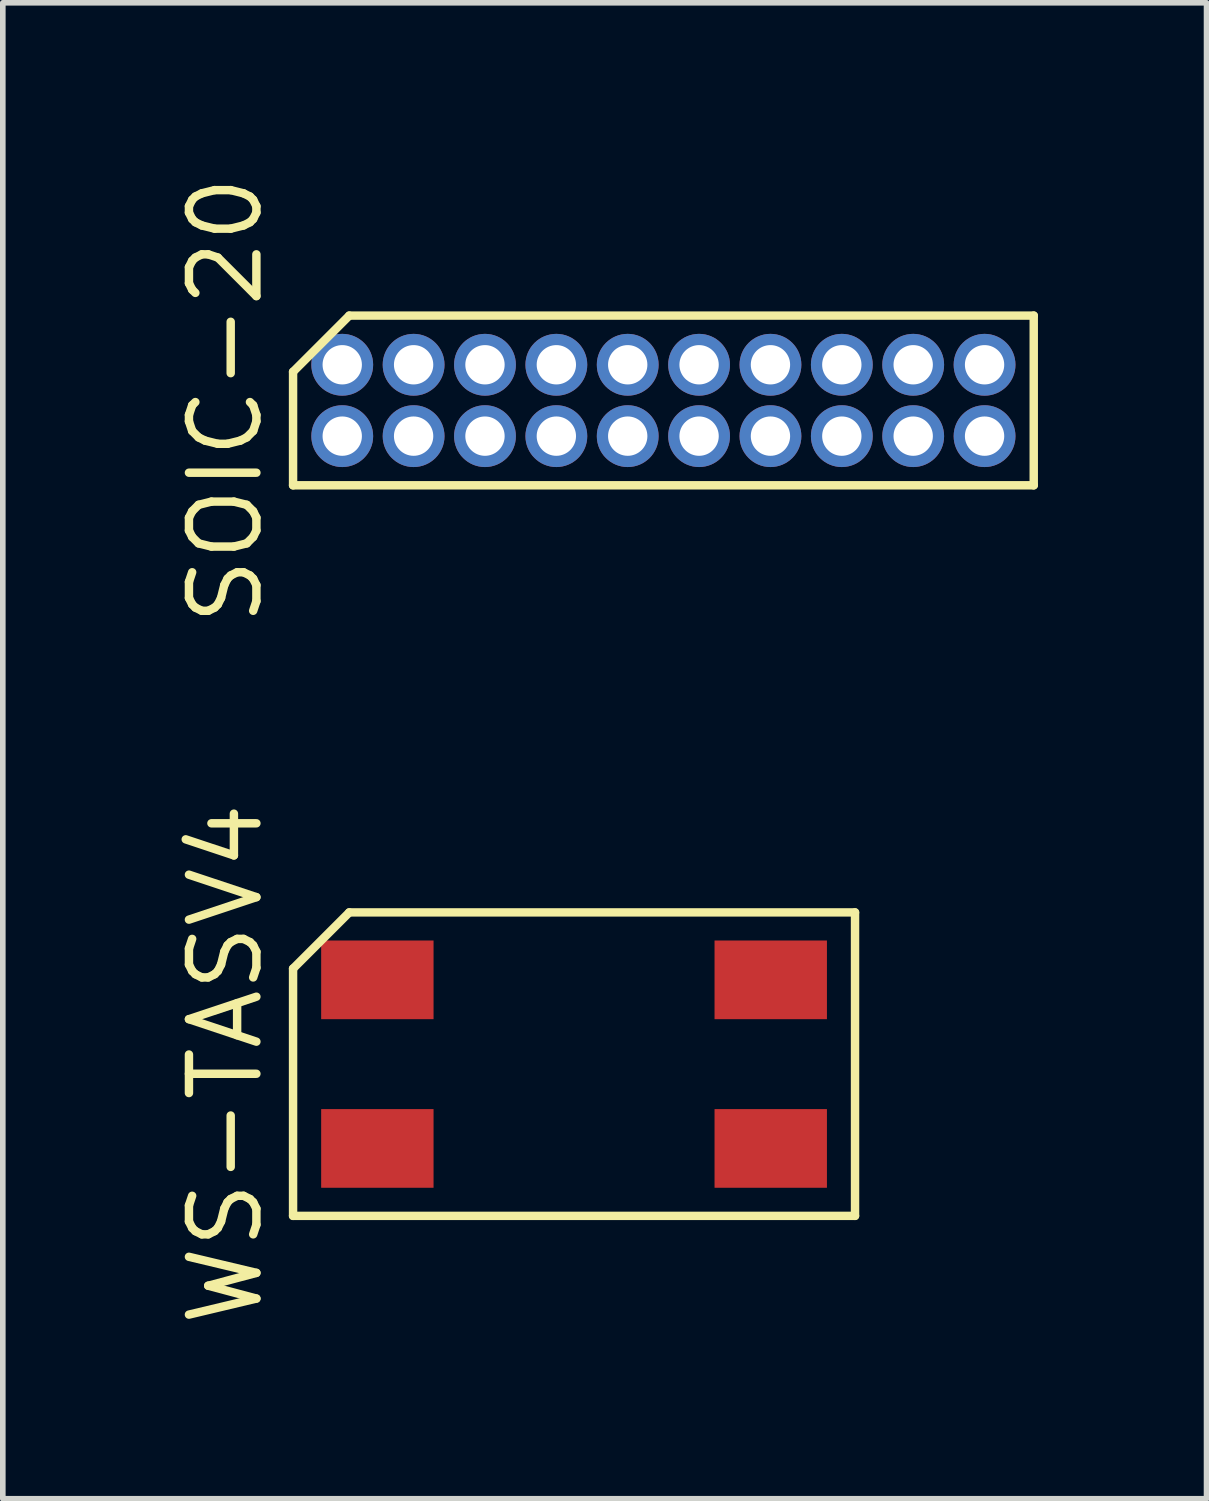
<source format=kicad_pcb>
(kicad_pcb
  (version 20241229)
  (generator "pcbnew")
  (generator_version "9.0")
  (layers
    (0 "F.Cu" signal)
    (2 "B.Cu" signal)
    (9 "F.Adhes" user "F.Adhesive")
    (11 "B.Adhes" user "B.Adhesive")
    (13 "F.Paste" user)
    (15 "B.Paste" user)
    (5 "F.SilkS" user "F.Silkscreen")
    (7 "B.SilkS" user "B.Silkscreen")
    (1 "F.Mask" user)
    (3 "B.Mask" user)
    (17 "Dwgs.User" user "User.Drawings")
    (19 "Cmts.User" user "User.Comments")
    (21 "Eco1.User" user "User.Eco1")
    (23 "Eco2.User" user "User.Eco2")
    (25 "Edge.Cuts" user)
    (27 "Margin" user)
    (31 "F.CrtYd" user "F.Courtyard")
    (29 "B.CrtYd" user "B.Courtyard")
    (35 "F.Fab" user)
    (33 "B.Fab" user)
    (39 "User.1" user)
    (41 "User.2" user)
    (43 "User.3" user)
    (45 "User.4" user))
  (footprint "SOIC-20"
    (layer "F.Cu")
    (at 8.755 4.076)
    (property "Reference" "SOIC-20" (at -7.79 0 90) (layer "F.SilkS") (effects (font (size 1.2 1.2) (thickness 0.15))))
    (attr through_hole)
    (fp_line (start -6.59 -0.51) (end -6.59 1.51) (stroke (width 0.15) (type solid)) (layer "F.SilkS"))
    (fp_line (start -6.59 1.51) (end 6.59 1.51) (stroke (width 0.15) (type solid)) (layer "F.SilkS"))
    (fp_line (start -5.59 -1.51) (end -6.59 -0.51) (stroke (width 0.15) (type solid)) (layer "F.SilkS"))
    (fp_line (start 6.59 -1.51) (end -5.59 -1.51) (stroke (width 0.15) (type solid)) (layer "F.SilkS"))
    (fp_line (start 6.59 1.51) (end 6.59 -1.51) (stroke (width 0.15) (type solid)) (layer "F.SilkS"))
    (pad "1" thru_hole circle (at -5.715 0.635) (size 1.1 1.1) (drill 0.7) (layers "*.Cu" "*.Mask"))
    (pad "2" thru_hole circle (at -5.715 -0.635) (size 1.1 1.1) (drill 0.7) (layers "*.Cu" "*.Mask"))
    (pad "3" thru_hole circle (at -4.445 0.635) (size 1.1 1.1) (drill 0.7) (layers "*.Cu" "*.Mask"))
    (pad "4" thru_hole circle (at -4.445 -0.635) (size 1.1 1.1) (drill 0.7) (layers "*.Cu" "*.Mask"))
    (pad "5" thru_hole circle (at -3.175 0.635) (size 1.1 1.1) (drill 0.7) (layers "*.Cu" "*.Mask"))
    (pad "6" thru_hole circle (at -3.175 -0.635) (size 1.1 1.1) (drill 0.7) (layers "*.Cu" "*.Mask"))
    (pad "7" thru_hole circle (at -1.905 0.635) (size 1.1 1.1) (drill 0.7) (layers "*.Cu" "*.Mask"))
    (pad "8" thru_hole circle (at -1.905 -0.635) (size 1.1 1.1) (drill 0.7) (layers "*.Cu" "*.Mask"))
    (pad "9" thru_hole circle (at -0.635 0.635) (size 1.1 1.1) (drill 0.7) (layers "*.Cu" "*.Mask"))
    (pad "10" thru_hole circle (at -0.635 -0.635) (size 1.1 1.1) (drill 0.7) (layers "*.Cu" "*.Mask"))
    (pad "11" thru_hole circle (at 0.635 0.635) (size 1.1 1.1) (drill 0.7) (layers "*.Cu" "*.Mask"))
    (pad "12" thru_hole circle (at 0.635 -0.635) (size 1.1 1.1) (drill 0.7) (layers "*.Cu" "*.Mask"))
    (pad "13" thru_hole circle (at 1.905 0.635) (size 1.1 1.1) (drill 0.7) (layers "*.Cu" "*.Mask"))
    (pad "14" thru_hole circle (at 1.905 -0.635) (size 1.1 1.1) (drill 0.7) (layers "*.Cu" "*.Mask"))
    (pad "15" thru_hole circle (at 3.175 0.635) (size 1.1 1.1) (drill 0.7) (layers "*.Cu" "*.Mask"))
    (pad "16" thru_hole circle (at 3.175 -0.635) (size 1.1 1.1) (drill 0.7) (layers "*.Cu" "*.Mask"))
    (pad "17" thru_hole circle (at 4.445 0.635) (size 1.1 1.1) (drill 0.7) (layers "*.Cu" "*.Mask"))
    (pad "18" thru_hole circle (at 4.445 -0.635) (size 1.1 1.1) (drill 0.7) (layers "*.Cu" "*.Mask"))
    (pad "19" thru_hole circle (at 5.715 0.635) (size 1.1 1.1) (drill 0.7) (layers "*.Cu" "*.Mask"))
    (pad "20" thru_hole circle (at 5.715 -0.635) (size 1.1 1.1) (drill 0.7) (layers "*.Cu" "*.Mask")))
  (footprint "WS-TASV4"
    (layer "F.Cu")
    (at 7.165 15.886)
    (property "Reference" "WS-TASV4" (at -6.2 0 90) (layer "F.SilkS") (effects (font (size 1.2 1.2) (thickness 0.15))))
    (attr through_hole)
    (fp_line (start -5 -1.7) (end -5 2.7) (stroke (width 0.15) (type solid)) (layer "F.SilkS"))
    (fp_line (start -5 2.7) (end 5 2.7) (stroke (width 0.15) (type solid)) (layer "F.SilkS"))
    (fp_line (start -4 -2.7) (end -5 -1.7) (stroke (width 0.15) (type solid)) (layer "F.SilkS"))
    (fp_line (start 5 -2.7) (end -4 -2.7) (stroke (width 0.15) (type solid)) (layer "F.SilkS"))
    (fp_line (start 5 2.7) (end 5 -2.7) (stroke (width 0.15) (type solid)) (layer "F.SilkS"))
    (pad "1" smd rect (at -3.5 -1.5) (size 2 1.4) (layers "F.Cu" "F.Mask" "F.Paste"))
    (pad "2" smd rect (at 3.5 -1.5) (size 2 1.4) (layers "F.Cu" "F.Mask" "F.Paste"))
    (pad "3" smd rect (at -3.5 1.5) (size 2 1.4) (layers "F.Cu" "F.Mask" "F.Paste"))
    (pad "4" smd rect (at 3.5 1.5) (size 2 1.4) (layers "F.Cu" "F.Mask" "F.Paste")))
  (gr_rect
    (start -3 -3)
    (end 18.42 23.62)
    (stroke (width 0.1) (type default))
    (fill no)
    (layer "Edge.Cuts")))
</source>
